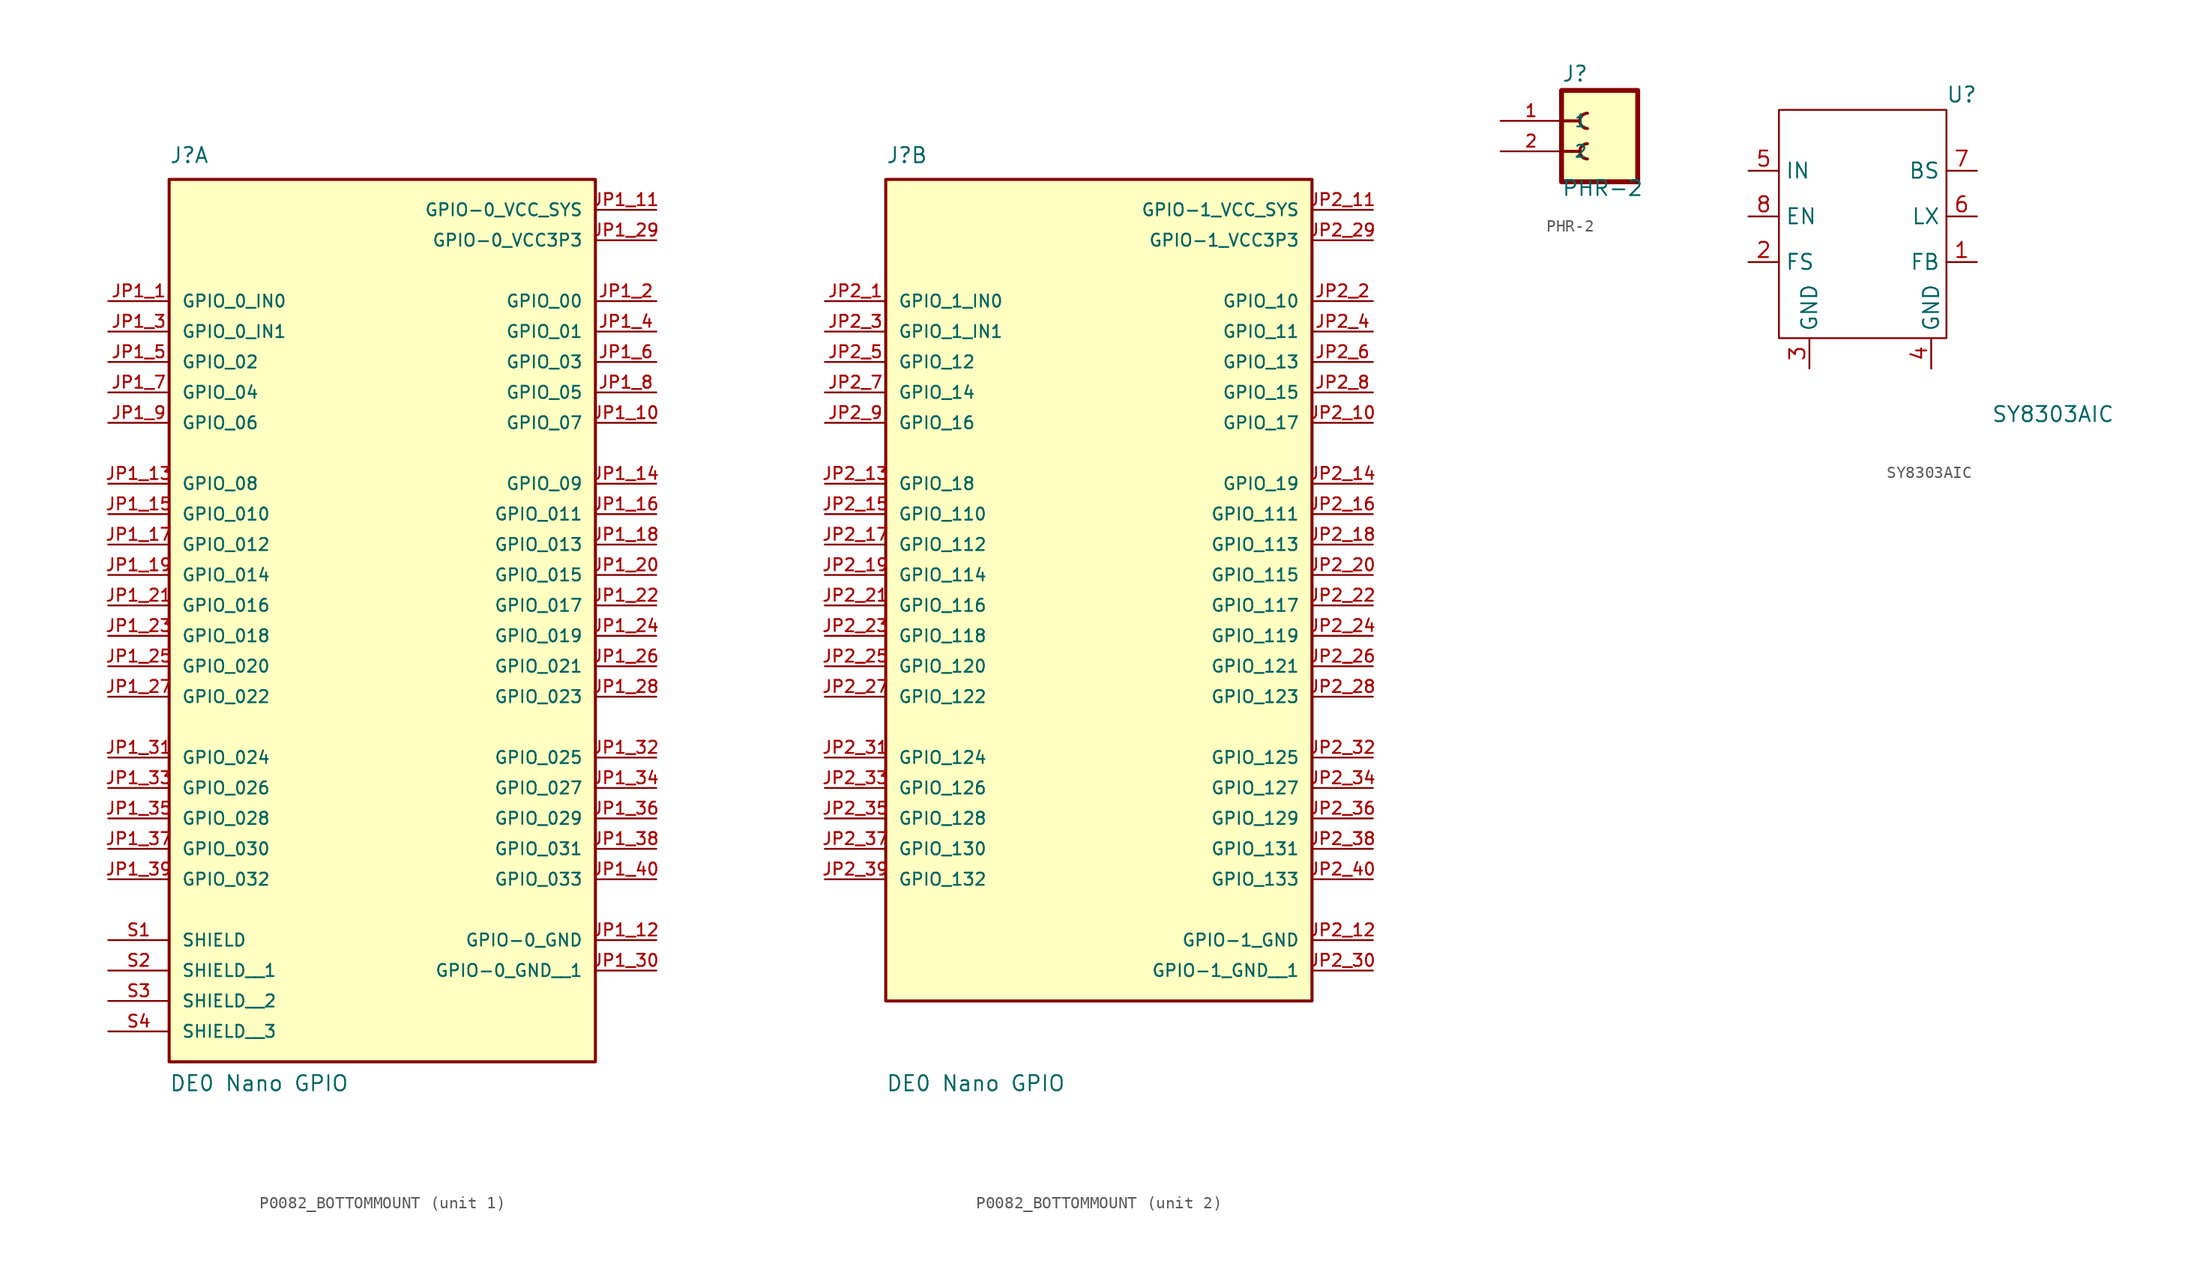
<source format=kicad_sym>
(kicad_symbol_lib
  (version 20220914)
  (generator kicad_symbol_editor)
  (symbol "P0082_BOTTOMMOUNT"
    (pin_names
      (offset 1.016))
    (property "Reference" "J"
      (at -17.78 34.29 0)
      (effects (font (size 1.27 1.27)) (justify left bottom)))
    (property "Value" "DE0 Nano GPIO"
      (at -17.78 -43.18 0)
      (effects (font (size 1.27 1.27)) (justify left bottom)))
    (symbol "P0082_BOTTOMMOUNT_1_0"
      (rectangle (start -17.78 33.02) (end 17.78 -40.64) (stroke (width 0.254) (type default)) (fill (type background)))
      (pin bidirectional line (at -22.86 22.86 0) (length 5.08) (name "GPIO_0_IN0" (effects (font (size 1.016 1.016)))) (number "JP1_1" (effects (font (size 1.016 1.016)))))
      (pin bidirectional line (at 22.86 12.7 180) (length 5.08) (name "GPIO_07" (effects (font (size 1.016 1.016)))) (number "JP1_10" (effects (font (size 1.016 1.016)))))
      (pin power_in line (at 22.86 30.48 180) (length 5.08) (name "GPIO-0_VCC_SYS" (effects (font (size 1.016 1.016)))) (number "JP1_11" (effects (font (size 1.016 1.016)))))
      (pin power_in line (at 22.86 -30.48 180) (length 5.08) (name "GPIO-0_GND" (effects (font (size 1.016 1.016)))) (number "JP1_12" (effects (font (size 1.016 1.016)))))
      (pin bidirectional line (at -22.86 7.62 0) (length 5.08) (name "GPIO_08" (effects (font (size 1.016 1.016)))) (number "JP1_13" (effects (font (size 1.016 1.016)))))
      (pin bidirectional line (at 22.86 7.62 180) (length 5.08) (name "GPIO_09" (effects (font (size 1.016 1.016)))) (number "JP1_14" (effects (font (size 1.016 1.016)))))
      (pin bidirectional line (at -22.86 5.08 0) (length 5.08) (name "GPIO_010" (effects (font (size 1.016 1.016)))) (number "JP1_15" (effects (font (size 1.016 1.016)))))
      (pin bidirectional line (at 22.86 5.08 180) (length 5.08) (name "GPIO_011" (effects (font (size 1.016 1.016)))) (number "JP1_16" (effects (font (size 1.016 1.016)))))
      (pin bidirectional line (at -22.86 2.54 0) (length 5.08) (name "GPIO_012" (effects (font (size 1.016 1.016)))) (number "JP1_17" (effects (font (size 1.016 1.016)))))
      (pin bidirectional line (at 22.86 2.54 180) (length 5.08) (name "GPIO_013" (effects (font (size 1.016 1.016)))) (number "JP1_18" (effects (font (size 1.016 1.016)))))
      (pin bidirectional line (at -22.86 0 0) (length 5.08) (name "GPIO_014" (effects (font (size 1.016 1.016)))) (number "JP1_19" (effects (font (size 1.016 1.016)))))
      (pin bidirectional line (at 22.86 22.86 180) (length 5.08) (name "GPIO_00" (effects (font (size 1.016 1.016)))) (number "JP1_2" (effects (font (size 1.016 1.016)))))
      (pin bidirectional line (at 22.86 0 180) (length 5.08) (name "GPIO_015" (effects (font (size 1.016 1.016)))) (number "JP1_20" (effects (font (size 1.016 1.016)))))
      (pin bidirectional line (at -22.86 -2.54 0) (length 5.08) (name "GPIO_016" (effects (font (size 1.016 1.016)))) (number "JP1_21" (effects (font (size 1.016 1.016)))))
      (pin bidirectional line (at 22.86 -2.54 180) (length 5.08) (name "GPIO_017" (effects (font (size 1.016 1.016)))) (number "JP1_22" (effects (font (size 1.016 1.016)))))
      (pin bidirectional line (at -22.86 -5.08 0) (length 5.08) (name "GPIO_018" (effects (font (size 1.016 1.016)))) (number "JP1_23" (effects (font (size 1.016 1.016)))))
      (pin bidirectional line (at 22.86 -5.08 180) (length 5.08) (name "GPIO_019" (effects (font (size 1.016 1.016)))) (number "JP1_24" (effects (font (size 1.016 1.016)))))
      (pin bidirectional line (at -22.86 -7.62 0) (length 5.08) (name "GPIO_020" (effects (font (size 1.016 1.016)))) (number "JP1_25" (effects (font (size 1.016 1.016)))))
      (pin bidirectional line (at 22.86 -7.62 180) (length 5.08) (name "GPIO_021" (effects (font (size 1.016 1.016)))) (number "JP1_26" (effects (font (size 1.016 1.016)))))
      (pin bidirectional line (at -22.86 -10.16 0) (length 5.08) (name "GPIO_022" (effects (font (size 1.016 1.016)))) (number "JP1_27" (effects (font (size 1.016 1.016)))))
      (pin bidirectional line (at 22.86 -10.16 180) (length 5.08) (name "GPIO_023" (effects (font (size 1.016 1.016)))) (number "JP1_28" (effects (font (size 1.016 1.016)))))
      (pin power_in line (at 22.86 27.94 180) (length 5.08) (name "GPIO-0_VCC3P3" (effects (font (size 1.016 1.016)))) (number "JP1_29" (effects (font (size 1.016 1.016)))))
      (pin bidirectional line (at -22.86 20.32 0) (length 5.08) (name "GPIO_0_IN1" (effects (font (size 1.016 1.016)))) (number "JP1_3" (effects (font (size 1.016 1.016)))))
      (pin power_in line (at 22.86 -33.02 180) (length 5.08) (name "GPIO-0_GND__1" (effects (font (size 1.016 1.016)))) (number "JP1_30" (effects (font (size 1.016 1.016)))))
      (pin bidirectional line (at -22.86 -15.24 0) (length 5.08) (name "GPIO_024" (effects (font (size 1.016 1.016)))) (number "JP1_31" (effects (font (size 1.016 1.016)))))
      (pin bidirectional line (at 22.86 -15.24 180) (length 5.08) (name "GPIO_025" (effects (font (size 1.016 1.016)))) (number "JP1_32" (effects (font (size 1.016 1.016)))))
      (pin bidirectional line (at -22.86 -17.78 0) (length 5.08) (name "GPIO_026" (effects (font (size 1.016 1.016)))) (number "JP1_33" (effects (font (size 1.016 1.016)))))
      (pin bidirectional line (at 22.86 -17.78 180) (length 5.08) (name "GPIO_027" (effects (font (size 1.016 1.016)))) (number "JP1_34" (effects (font (size 1.016 1.016)))))
      (pin bidirectional line (at -22.86 -20.32 0) (length 5.08) (name "GPIO_028" (effects (font (size 1.016 1.016)))) (number "JP1_35" (effects (font (size 1.016 1.016)))))
      (pin bidirectional line (at 22.86 -20.32 180) (length 5.08) (name "GPIO_029" (effects (font (size 1.016 1.016)))) (number "JP1_36" (effects (font (size 1.016 1.016)))))
      (pin bidirectional line (at -22.86 -22.86 0) (length 5.08) (name "GPIO_030" (effects (font (size 1.016 1.016)))) (number "JP1_37" (effects (font (size 1.016 1.016)))))
      (pin bidirectional line (at 22.86 -22.86 180) (length 5.08) (name "GPIO_031" (effects (font (size 1.016 1.016)))) (number "JP1_38" (effects (font (size 1.016 1.016)))))
      (pin bidirectional line (at -22.86 -25.4 0) (length 5.08) (name "GPIO_032" (effects (font (size 1.016 1.016)))) (number "JP1_39" (effects (font (size 1.016 1.016)))))
      (pin bidirectional line (at 22.86 20.32 180) (length 5.08) (name "GPIO_01" (effects (font (size 1.016 1.016)))) (number "JP1_4" (effects (font (size 1.016 1.016)))))
      (pin bidirectional line (at 22.86 -25.4 180) (length 5.08) (name "GPIO_033" (effects (font (size 1.016 1.016)))) (number "JP1_40" (effects (font (size 1.016 1.016)))))
      (pin bidirectional line (at -22.86 17.78 0) (length 5.08) (name "GPIO_02" (effects (font (size 1.016 1.016)))) (number "JP1_5" (effects (font (size 1.016 1.016)))))
      (pin bidirectional line (at 22.86 17.78 180) (length 5.08) (name "GPIO_03" (effects (font (size 1.016 1.016)))) (number "JP1_6" (effects (font (size 1.016 1.016)))))
      (pin bidirectional line (at -22.86 15.24 0) (length 5.08) (name "GPIO_04" (effects (font (size 1.016 1.016)))) (number "JP1_7" (effects (font (size 1.016 1.016)))))
      (pin bidirectional line (at 22.86 15.24 180) (length 5.08) (name "GPIO_05" (effects (font (size 1.016 1.016)))) (number "JP1_8" (effects (font (size 1.016 1.016)))))
      (pin bidirectional line (at -22.86 12.7 0) (length 5.08) (name "GPIO_06" (effects (font (size 1.016 1.016)))) (number "JP1_9" (effects (font (size 1.016 1.016)))))
      (pin passive line (at -22.86 -30.48 0) (length 5.08) (name "SHIELD" (effects (font (size 1.016 1.016)))) (number "S1" (effects (font (size 1.016 1.016)))))
      (pin passive line (at -22.86 -33.02 0) (length 5.08) (name "SHIELD__1" (effects (font (size 1.016 1.016)))) (number "S2" (effects (font (size 1.016 1.016)))))
      (pin passive line (at -22.86 -35.56 0) (length 5.08) (name "SHIELD__2" (effects (font (size 1.016 1.016)))) (number "S3" (effects (font (size 1.016 1.016)))))
      (pin passive line (at -22.86 -38.1 0) (length 5.08) (name "SHIELD__3" (effects (font (size 1.016 1.016)))) (number "S4" (effects (font (size 1.016 1.016))))))
    (symbol "P0082_BOTTOMMOUNT_2_0"
      (rectangle (start -17.78 -35.56) (end 17.78 33.02) (stroke (width 0.254) (type default)) (fill (type background)))
      (pin bidirectional line (at -22.86 22.86 0) (length 5.08) (name "GPIO_1_IN0" (effects (font (size 1.016 1.016)))) (number "JP2_1" (effects (font (size 1.016 1.016)))))
      (pin bidirectional line (at 22.86 12.7 180) (length 5.08) (name "GPIO_17" (effects (font (size 1.016 1.016)))) (number "JP2_10" (effects (font (size 1.016 1.016)))))
      (pin power_in line (at 22.86 30.48 180) (length 5.08) (name "GPIO-1_VCC_SYS" (effects (font (size 1.016 1.016)))) (number "JP2_11" (effects (font (size 1.016 1.016)))))
      (pin power_in line (at 22.86 -30.48 180) (length 5.08) (name "GPIO-1_GND" (effects (font (size 1.016 1.016)))) (number "JP2_12" (effects (font (size 1.016 1.016)))))
      (pin bidirectional line (at -22.86 7.62 0) (length 5.08) (name "GPIO_18" (effects (font (size 1.016 1.016)))) (number "JP2_13" (effects (font (size 1.016 1.016)))))
      (pin bidirectional line (at 22.86 7.62 180) (length 5.08) (name "GPIO_19" (effects (font (size 1.016 1.016)))) (number "JP2_14" (effects (font (size 1.016 1.016)))))
      (pin bidirectional line (at -22.86 5.08 0) (length 5.08) (name "GPIO_110" (effects (font (size 1.016 1.016)))) (number "JP2_15" (effects (font (size 1.016 1.016)))))
      (pin bidirectional line (at 22.86 5.08 180) (length 5.08) (name "GPIO_111" (effects (font (size 1.016 1.016)))) (number "JP2_16" (effects (font (size 1.016 1.016)))))
      (pin bidirectional line (at -22.86 2.54 0) (length 5.08) (name "GPIO_112" (effects (font (size 1.016 1.016)))) (number "JP2_17" (effects (font (size 1.016 1.016)))))
      (pin bidirectional line (at 22.86 2.54 180) (length 5.08) (name "GPIO_113" (effects (font (size 1.016 1.016)))) (number "JP2_18" (effects (font (size 1.016 1.016)))))
      (pin bidirectional line (at -22.86 0 0) (length 5.08) (name "GPIO_114" (effects (font (size 1.016 1.016)))) (number "JP2_19" (effects (font (size 1.016 1.016)))))
      (pin bidirectional line (at 22.86 22.86 180) (length 5.08) (name "GPIO_10" (effects (font (size 1.016 1.016)))) (number "JP2_2" (effects (font (size 1.016 1.016)))))
      (pin bidirectional line (at 22.86 0 180) (length 5.08) (name "GPIO_115" (effects (font (size 1.016 1.016)))) (number "JP2_20" (effects (font (size 1.016 1.016)))))
      (pin bidirectional line (at -22.86 -2.54 0) (length 5.08) (name "GPIO_116" (effects (font (size 1.016 1.016)))) (number "JP2_21" (effects (font (size 1.016 1.016)))))
      (pin bidirectional line (at 22.86 -2.54 180) (length 5.08) (name "GPIO_117" (effects (font (size 1.016 1.016)))) (number "JP2_22" (effects (font (size 1.016 1.016)))))
      (pin bidirectional line (at -22.86 -5.08 0) (length 5.08) (name "GPIO_118" (effects (font (size 1.016 1.016)))) (number "JP2_23" (effects (font (size 1.016 1.016)))))
      (pin bidirectional line (at 22.86 -5.08 180) (length 5.08) (name "GPIO_119" (effects (font (size 1.016 1.016)))) (number "JP2_24" (effects (font (size 1.016 1.016)))))
      (pin bidirectional line (at -22.86 -7.62 0) (length 5.08) (name "GPIO_120" (effects (font (size 1.016 1.016)))) (number "JP2_25" (effects (font (size 1.016 1.016)))))
      (pin bidirectional line (at 22.86 -7.62 180) (length 5.08) (name "GPIO_121" (effects (font (size 1.016 1.016)))) (number "JP2_26" (effects (font (size 1.016 1.016)))))
      (pin bidirectional line (at -22.86 -10.16 0) (length 5.08) (name "GPIO_122" (effects (font (size 1.016 1.016)))) (number "JP2_27" (effects (font (size 1.016 1.016)))))
      (pin bidirectional line (at 22.86 -10.16 180) (length 5.08) (name "GPIO_123" (effects (font (size 1.016 1.016)))) (number "JP2_28" (effects (font (size 1.016 1.016)))))
      (pin power_in line (at 22.86 27.94 180) (length 5.08) (name "GPIO-1_VCC3P3" (effects (font (size 1.016 1.016)))) (number "JP2_29" (effects (font (size 1.016 1.016)))))
      (pin bidirectional line (at -22.86 20.32 0) (length 5.08) (name "GPIO_1_IN1" (effects (font (size 1.016 1.016)))) (number "JP2_3" (effects (font (size 1.016 1.016)))))
      (pin power_in line (at 22.86 -33.02 180) (length 5.08) (name "GPIO-1_GND__1" (effects (font (size 1.016 1.016)))) (number "JP2_30" (effects (font (size 1.016 1.016)))))
      (pin bidirectional line (at -22.86 -15.24 0) (length 5.08) (name "GPIO_124" (effects (font (size 1.016 1.016)))) (number "JP2_31" (effects (font (size 1.016 1.016)))))
      (pin bidirectional line (at 22.86 -15.24 180) (length 5.08) (name "GPIO_125" (effects (font (size 1.016 1.016)))) (number "JP2_32" (effects (font (size 1.016 1.016)))))
      (pin bidirectional line (at -22.86 -17.78 0) (length 5.08) (name "GPIO_126" (effects (font (size 1.016 1.016)))) (number "JP2_33" (effects (font (size 1.016 1.016)))))
      (pin bidirectional line (at 22.86 -17.78 180) (length 5.08) (name "GPIO_127" (effects (font (size 1.016 1.016)))) (number "JP2_34" (effects (font (size 1.016 1.016)))))
      (pin bidirectional line (at -22.86 -20.32 0) (length 5.08) (name "GPIO_128" (effects (font (size 1.016 1.016)))) (number "JP2_35" (effects (font (size 1.016 1.016)))))
      (pin bidirectional line (at 22.86 -20.32 180) (length 5.08) (name "GPIO_129" (effects (font (size 1.016 1.016)))) (number "JP2_36" (effects (font (size 1.016 1.016)))))
      (pin bidirectional line (at -22.86 -22.86 0) (length 5.08) (name "GPIO_130" (effects (font (size 1.016 1.016)))) (number "JP2_37" (effects (font (size 1.016 1.016)))))
      (pin bidirectional line (at 22.86 -22.86 180) (length 5.08) (name "GPIO_131" (effects (font (size 1.016 1.016)))) (number "JP2_38" (effects (font (size 1.016 1.016)))))
      (pin bidirectional line (at -22.86 -25.4 0) (length 5.08) (name "GPIO_132" (effects (font (size 1.016 1.016)))) (number "JP2_39" (effects (font (size 1.016 1.016)))))
      (pin bidirectional line (at 22.86 20.32 180) (length 5.08) (name "GPIO_11" (effects (font (size 1.016 1.016)))) (number "JP2_4" (effects (font (size 1.016 1.016)))))
      (pin bidirectional line (at 22.86 -25.4 180) (length 5.08) (name "GPIO_133" (effects (font (size 1.016 1.016)))) (number "JP2_40" (effects (font (size 1.016 1.016)))))
      (pin bidirectional line (at -22.86 17.78 0) (length 5.08) (name "GPIO_12" (effects (font (size 1.016 1.016)))) (number "JP2_5" (effects (font (size 1.016 1.016)))))
      (pin bidirectional line (at 22.86 17.78 180) (length 5.08) (name "GPIO_13" (effects (font (size 1.016 1.016)))) (number "JP2_6" (effects (font (size 1.016 1.016)))))
      (pin bidirectional line (at -22.86 15.24 0) (length 5.08) (name "GPIO_14" (effects (font (size 1.016 1.016)))) (number "JP2_7" (effects (font (size 1.016 1.016)))))
      (pin bidirectional line (at 22.86 15.24 180) (length 5.08) (name "GPIO_15" (effects (font (size 1.016 1.016)))) (number "JP2_8" (effects (font (size 1.016 1.016)))))
      (pin bidirectional line (at -22.86 12.7 0) (length 5.08) (name "GPIO_16" (effects (font (size 1.016 1.016)))) (number "JP2_9" (effects (font (size 1.016 1.016)))))))
  (symbol "PHR-2"
    (pin_names
      (offset 1.016))
    (property "Reference" "J"
      (at -4.068 4.449 0)
      (effects (font (size 1.27 1.27)) (justify left bottom)))
    (property "Value" "PHR-2"
      (at -4.069 -5.087 0)
      (effects (font (size 1.27 1.27)) (justify left bottom)))
    (symbol "PHR-2_0_0"
      (rectangle (start -4.064 -3.81) (end 2.286 3.81) (stroke (width 0.406) (type default)) (fill (type background)))
      (arc (start -1.905 -0.635) (mid -2.5373 -1.27) (end -1.905 -1.905) (stroke (width 0.254) (type default)) (fill (type none)))
      (arc (start -1.905 1.905) (mid -2.5373 1.27) (end -1.905 0.635) (stroke (width 0.254) (type default)) (fill (type none)))
      (polyline (pts (xy -3.81 -1.27) (xy -2.54 -1.27)) (stroke (width 0.254) (type default)) (fill (type none)))
      (polyline (pts (xy -3.81 1.27) (xy -2.54 1.27)) (stroke (width 0.254) (type default)) (fill (type none))))
    (symbol "PHR-2_1_0"
      (pin power_in line (at -9.144 1.27 0) (length 5.08) (name "1" (effects (font (size 1.016 1.016)))) (number "1" (effects (font (size 1.016 1.016)))))
      (pin power_in line (at -9.144 -1.27 0) (length 5.08) (name "2" (effects (font (size 1.016 1.016)))) (number "2" (effects (font (size 1.016 1.016)))))))
  (symbol "SY8303AIC"
    (property "Reference" "U"
      (at 15.24 10.16 0)
      (effects (font (size 1.27 1.27))))
    (property "Value" "SY8303AIC "
      (at 22.86 -16.51 0)
      (effects (font (size 1.27 1.27))))
    (symbol "SY8303AIC_0_1"
      (rectangle (start 0 8.89) (end 13.97 -10.16) (stroke (width 0) (type default)) (fill (type none))))
    (symbol "SY8303AIC_1_1"
      (pin passive line (at 16.51 -3.81 180) (length 2.54) (name "FB" (effects (font (size 1.27 1.27)))) (number "1" (effects (font (size 1.27 1.27)))))
      (pin passive line (at -2.54 -3.81 0) (length 2.54) (name "FS" (effects (font (size 1.27 1.27)))) (number "2" (effects (font (size 1.27 1.27)))))
      (pin power_in line (at 2.54 -12.7 90) (length 2.54) (name "GND" (effects (font (size 1.27 1.27)))) (number "3" (effects (font (size 1.27 1.27)))))
      (pin power_in line (at 12.7 -12.7 90) (length 2.54) (name "GND" (effects (font (size 1.27 1.27)))) (number "4" (effects (font (size 1.27 1.27)))))
      (pin power_in line (at -2.54 3.81 0) (length 2.54) (name "IN" (effects (font (size 1.27 1.27)))) (number "5" (effects (font (size 1.27 1.27)))))
      (pin passive line (at 16.51 0 180) (length 2.54) (name "LX" (effects (font (size 1.27 1.27)))) (number "6" (effects (font (size 1.27 1.27)))))
      (pin input line (at 16.51 3.81 180) (length 2.54) (name "BS" (effects (font (size 1.27 1.27)))) (number "7" (effects (font (size 1.27 1.27)))))
      (pin passive line (at -2.54 0 0) (length 2.54) (name "EN" (effects (font (size 1.27 1.27)))) (number "8" (effects (font (size 1.27 1.27))))))))
</source>
